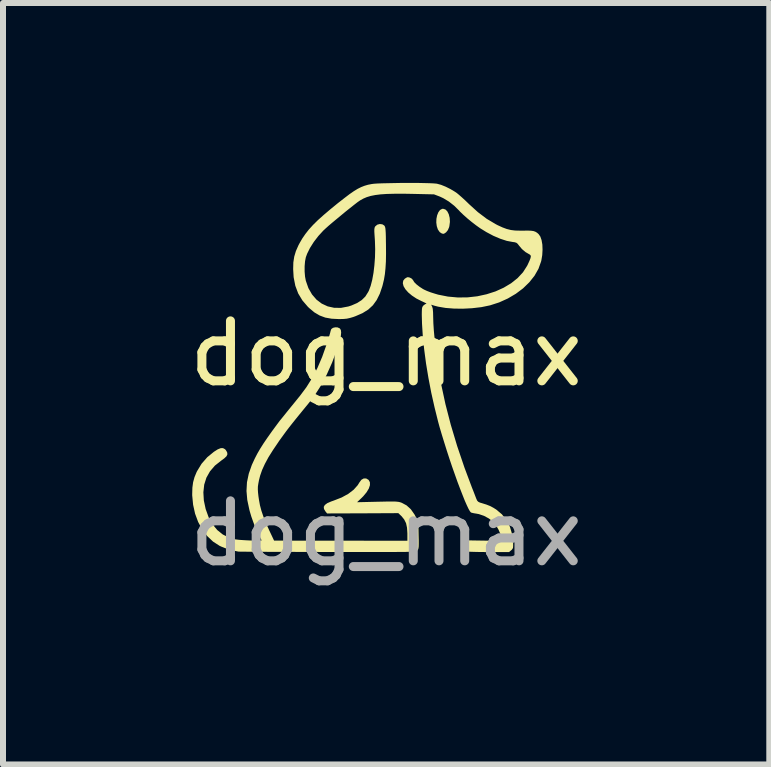
<source format=kicad_pcb>
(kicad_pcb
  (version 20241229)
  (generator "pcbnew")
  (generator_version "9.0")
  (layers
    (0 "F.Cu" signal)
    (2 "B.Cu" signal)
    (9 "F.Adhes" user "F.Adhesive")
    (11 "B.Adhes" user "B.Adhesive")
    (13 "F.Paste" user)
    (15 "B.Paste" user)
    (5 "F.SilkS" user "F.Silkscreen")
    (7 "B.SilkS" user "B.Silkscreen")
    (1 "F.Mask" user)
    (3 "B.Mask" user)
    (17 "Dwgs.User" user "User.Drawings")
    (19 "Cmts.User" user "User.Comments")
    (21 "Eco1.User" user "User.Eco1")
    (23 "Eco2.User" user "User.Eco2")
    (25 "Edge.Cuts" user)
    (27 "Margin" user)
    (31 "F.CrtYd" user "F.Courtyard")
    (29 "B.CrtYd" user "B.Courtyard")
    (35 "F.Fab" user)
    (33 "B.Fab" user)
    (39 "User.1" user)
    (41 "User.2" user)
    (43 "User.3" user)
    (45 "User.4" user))
  (footprint "dog_max"
    (layer "F.Cu")
    (at 3.387 3.344)
    (property "Reference" "dog_max" (at 0 -0.5 0) (unlocked yes) (layer "F.SilkS") (effects (font (size 1 1) (thickness 0.15))))
    (fp_poly (pts (xy 0.988 -2.902) (xy 1.02 -2.87) (xy 1.044 -2.822) (xy 1.059 -2.762) (xy 1.063 -2.695) (xy 1.054 -2.625) (xy 1.049 -2.605) (xy 1.029 -2.558) (xy 0.999 -2.521) (xy 0.966 -2.499) (xy 0.949 -2.496) (xy 0.922 -2.505) (xy 0.893 -2.525) (xy 0.892 -2.526) (xy 0.862 -2.569) (xy 0.844 -2.624) (xy 0.836 -2.684) (xy 0.838 -2.746) (xy 0.85 -2.805) (xy 0.87 -2.855) (xy 0.898 -2.893) (xy 0.933 -2.912) (xy 0.949 -2.914)) (stroke (width 0) (type solid)) (fill yes) (layer "F.SilkS"))
    (fp_poly (pts (xy -0.809 -0.936) (xy -0.774 -0.92) (xy -0.77 -0.917) (xy -0.755 -0.892) (xy -0.75 -0.852) (xy -0.755 -0.796) (xy -0.772 -0.723) (xy -0.8 -0.629) (xy -0.817 -0.576) (xy -0.9 -0.352) (xy -0.99 -0.15) (xy -1.086 0.032) (xy -1.192 0.197) (xy -1.288 0.323) (xy -1.378 0.433) (xy -1.454 0.526) (xy -1.518 0.605) (xy -1.573 0.674) (xy -1.621 0.735) (xy -1.664 0.791) (xy -1.704 0.846) (xy -1.744 0.901) (xy -1.786 0.959) (xy -1.795 0.973) (xy -1.887 1.109) (xy -1.963 1.23) (xy -2.022 1.34) (xy -2.068 1.441) (xy -2.101 1.536) (xy -2.12 1.611) (xy -2.131 1.669) (xy -2.138 1.717) (xy -2.139 1.763) (xy -2.136 1.814) (xy -2.129 1.878) (xy -2.121 1.932) (xy -2.104 2.027) (xy -2.079 2.121) (xy -2.045 2.221) (xy -2.001 2.332) (xy -1.947 2.451) (xy -1.868 2.618) (xy -0.757 2.619) (xy 0.354 2.62) (xy 0.354 2.496) (xy 0.348 2.403) (xy 0.332 2.328) (xy 0.301 2.266) (xy 0.256 2.21) (xy 0.248 2.203) (xy 0.203 2.16) (xy -0.391 2.163) (xy -0.985 2.165) (xy -1.012 2.131) (xy -1.036 2.091) (xy -1.04 2.056) (xy -1.022 2.024) (xy -0.982 1.994) (xy -0.918 1.966) (xy -0.87 1.949) (xy -0.742 1.899) (xy -0.632 1.839) (xy -0.542 1.77) (xy -0.474 1.694) (xy -0.445 1.647) (xy -0.413 1.604) (xy -0.374 1.582) (xy -0.333 1.582) (xy -0.294 1.605) (xy -0.292 1.607) (xy -0.271 1.644) (xy -0.27 1.693) (xy -0.289 1.75) (xy -0.327 1.813) (xy -0.382 1.879) (xy -0.412 1.909) (xy -0.485 1.978) (xy -0.147 1.97) (xy -0.045 1.968) (xy 0.035 1.966) (xy 0.097 1.966) (xy 0.143 1.966) (xy 0.179 1.969) (xy 0.206 1.972) (xy 0.229 1.977) (xy 0.251 1.984) (xy 0.263 1.989) (xy 0.341 2.031) (xy 0.412 2.096) (xy 0.473 2.183) (xy 0.493 2.221) (xy 0.537 2.309) (xy 0.541 2.533) (xy 0.543 2.614) (xy 0.543 2.673) (xy 0.542 2.715) (xy 0.539 2.743) (xy 0.534 2.761) (xy 0.527 2.774) (xy 0.519 2.783) (xy 0.515 2.787) (xy 0.51 2.791) (xy 0.502 2.794) (xy 0.491 2.797) (xy 0.475 2.799) (xy 0.452 2.801) (xy 0.421 2.803) (xy 0.381 2.804) (xy 0.331 2.806) (xy 0.268 2.807) (xy 0.192 2.807) (xy 0.101 2.808) (xy -0.006 2.808) (xy -0.131 2.808) (xy -0.275 2.808) (xy -0.439 2.808) (xy -0.624 2.808) (xy -0.833 2.808) (xy -0.966 2.808) (xy -1.157 2.807) (xy -1.341 2.807) (xy -1.517 2.806) (xy -1.683 2.806) (xy -1.838 2.805) (xy -1.979 2.805) (xy -2.106 2.804) (xy -2.216 2.804) (xy -2.308 2.803) (xy -2.38 2.802) (xy -2.431 2.802) (xy -2.459 2.801) (xy -2.464 2.801) (xy -2.527 2.788) (xy -2.601 2.769) (xy -2.676 2.746) (xy -2.741 2.721) (xy -2.776 2.705) (xy -2.886 2.634) (xy -2.983 2.542) (xy -3.066 2.432) (xy -3.134 2.307) (xy -3.185 2.169) (xy -3.218 2.02) (xy -3.233 1.863) (xy -3.233 1.841) (xy -3.23 1.735) (xy -3.218 1.645) (xy -3.195 1.561) (xy -3.159 1.474) (xy -3.15 1.457) (xy -3.077 1.337) (xy -2.982 1.228) (xy -2.871 1.137) (xy -2.808 1.097) (xy -2.759 1.077) (xy -2.72 1.076) (xy -2.688 1.093) (xy -2.673 1.108) (xy -2.651 1.145) (xy -2.646 1.178) (xy -2.661 1.211) (xy -2.697 1.246) (xy -2.749 1.284) (xy -2.854 1.367) (xy -2.936 1.462) (xy -2.996 1.568) (xy -3.033 1.685) (xy -3.047 1.813) (xy -3.039 1.949) (xy -3.008 2.095) (xy -3.007 2.096) (xy -2.958 2.232) (xy -2.894 2.347) (xy -2.815 2.442) (xy -2.723 2.516) (xy -2.616 2.569) (xy -2.533 2.594) (xy -2.499 2.599) (xy -2.45 2.605) (xy -2.391 2.609) (xy -2.325 2.613) (xy -2.259 2.616) (xy -2.197 2.618) (xy -2.143 2.619) (xy -2.102 2.618) (xy -2.08 2.616) (xy -2.077 2.614) (xy -2.083 2.599) (xy -2.098 2.57) (xy -2.109 2.551) (xy -2.142 2.488) (xy -2.178 2.406) (xy -2.213 2.314) (xy -2.247 2.218) (xy -2.275 2.124) (xy -2.281 2.1) (xy -2.315 1.94) (xy -2.328 1.79) (xy -2.32 1.645) (xy -2.29 1.502) (xy -2.239 1.356) (xy -2.189 1.248) (xy -2.147 1.167) (xy -2.1 1.086) (xy -2.045 0.999) (xy -1.981 0.905) (xy -1.906 0.799) (xy -1.817 0.678) (xy -1.793 0.646) (xy -1.776 0.623) (xy -1.744 0.584) (xy -1.701 0.531) (xy -1.649 0.466) (xy -1.589 0.392) (xy -1.524 0.312) (xy -1.456 0.228) (xy -1.44 0.209) (xy -1.331 0.063) (xy -1.233 -0.093) (xy -1.145 -0.261) (xy -1.066 -0.446) (xy -0.993 -0.652) (xy -0.981 -0.689) (xy -0.961 -0.753) (xy -0.944 -0.808) (xy -0.932 -0.851) (xy -0.926 -0.876) (xy -0.925 -0.88) (xy -0.914 -0.909) (xy -0.886 -0.929) (xy -0.848 -0.938)) (stroke (width 0) (type solid)) (fill yes) (layer "F.SilkS"))
    (fp_poly (pts (xy 0.446 -3.344) (xy 0.549 -3.344) (xy 0.643 -3.342) (xy 0.725 -3.34) (xy 0.79 -3.337) (xy 0.836 -3.333) (xy 0.849 -3.331) (xy 0.915 -3.313) (xy 0.992 -3.282) (xy 1.072 -3.242) (xy 1.146 -3.198) (xy 1.177 -3.177) (xy 1.212 -3.148) (xy 1.259 -3.107) (xy 1.313 -3.058) (xy 1.368 -3.005) (xy 1.381 -2.992) (xy 1.53 -2.857) (xy 1.677 -2.746) (xy 1.825 -2.658) (xy 1.857 -2.641) (xy 1.94 -2.603) (xy 2.01 -2.577) (xy 2.078 -2.56) (xy 2.15 -2.551) (xy 2.236 -2.549) (xy 2.286 -2.549) (xy 2.361 -2.55) (xy 2.416 -2.548) (xy 2.457 -2.542) (xy 2.488 -2.531) (xy 2.516 -2.514) (xy 2.541 -2.492) (xy 2.57 -2.451) (xy 2.591 -2.391) (xy 2.604 -2.316) (xy 2.607 -2.231) (xy 2.602 -2.141) (xy 2.587 -2.052) (xy 2.582 -2.033) (xy 2.539 -1.913) (xy 2.473 -1.797) (xy 2.386 -1.688) (xy 2.282 -1.587) (xy 2.162 -1.497) (xy 2.028 -1.418) (xy 1.884 -1.353) (xy 1.732 -1.304) (xy 1.587 -1.274) (xy 1.432 -1.256) (xy 1.278 -1.248) (xy 1.129 -1.25) (xy 0.99 -1.261) (xy 0.867 -1.282) (xy 0.808 -1.297) (xy 0.75 -1.315) (xy 0.767 -1.282) (xy 0.777 -1.247) (xy 0.782 -1.188) (xy 0.784 -1.108) (xy 0.787 -1.006) (xy 0.795 -0.883) (xy 0.808 -0.745) (xy 0.824 -0.595) (xy 0.844 -0.438) (xy 0.868 -0.278) (xy 0.894 -0.119) (xy 0.917 0.011) (xy 0.988 0.341) (xy 1.077 0.685) (xy 1.183 1.039) (xy 1.306 1.402) (xy 1.43 1.733) (xy 1.454 1.793) (xy 1.476 1.85) (xy 1.494 1.897) (xy 1.503 1.92) (xy 1.517 1.951) (xy 1.535 1.97) (xy 1.563 1.984) (xy 1.594 1.993) (xy 1.671 2.017) (xy 1.732 2.041) (xy 1.787 2.07) (xy 1.835 2.1) (xy 1.93 2.18) (xy 2.006 2.276) (xy 2.063 2.387) (xy 2.1 2.512) (xy 2.116 2.649) (xy 2.117 2.658) (xy 2.117 2.706) (xy 2.115 2.737) (xy 2.106 2.756) (xy 2.091 2.774) (xy 2.084 2.779) (xy 2.049 2.809) (xy 1.698 2.809) (xy 1.605 2.808) (xy 1.52 2.807) (xy 1.445 2.805) (xy 1.384 2.803) (xy 1.342 2.8) (xy 1.321 2.797) (xy 1.32 2.797) (xy 1.286 2.771) (xy 1.269 2.732) (xy 1.268 2.688) (xy 1.288 2.646) (xy 1.29 2.643) (xy 1.314 2.613) (xy 1.621 2.618) (xy 1.928 2.622) (xy 1.921 2.57) (xy 1.904 2.507) (xy 1.874 2.437) (xy 1.834 2.369) (xy 1.791 2.313) (xy 1.784 2.306) (xy 1.714 2.25) (xy 1.631 2.205) (xy 1.546 2.176) (xy 1.509 2.169) (xy 1.465 2.162) (xy 1.429 2.154) (xy 1.414 2.149) (xy 1.397 2.13) (xy 1.374 2.09) (xy 1.345 2.029) (xy 1.311 1.952) (xy 1.274 1.859) (xy 1.233 1.754) (xy 1.189 1.638) (xy 1.145 1.514) (xy 1.099 1.384) (xy 1.054 1.25) (xy 1.01 1.115) (xy 0.968 0.981) (xy 0.928 0.851) (xy 0.891 0.726) (xy 0.867 0.638) (xy 0.807 0.397) (xy 0.752 0.152) (xy 0.705 -0.093) (xy 0.665 -0.335) (xy 0.634 -0.569) (xy 0.611 -0.791) (xy 0.598 -0.997) (xy 0.594 -1.148) (xy 0.595 -1.207) (xy 0.597 -1.247) (xy 0.602 -1.272) (xy 0.611 -1.289) (xy 0.624 -1.304) (xy 0.65 -1.323) (xy 0.671 -1.331) (xy 0.669 -1.336) (xy 0.647 -1.348) (xy 0.611 -1.365) (xy 0.591 -1.374) (xy 0.504 -1.418) (xy 0.43 -1.467) (xy 0.368 -1.519) (xy 0.321 -1.572) (xy 0.29 -1.624) (xy 0.278 -1.673) (xy 0.285 -1.716) (xy 0.311 -1.748) (xy 0.339 -1.766) (xy 0.36 -1.774) (xy 0.361 -1.774) (xy 0.394 -1.767) (xy 0.427 -1.749) (xy 0.447 -1.726) (xy 0.449 -1.723) (xy 0.468 -1.691) (xy 0.506 -1.653) (xy 0.556 -1.614) (xy 0.613 -1.577) (xy 0.633 -1.566) (xy 0.681 -1.544) (xy 0.744 -1.52) (xy 0.814 -1.498) (xy 0.868 -1.482) (xy 1.03 -1.45) (xy 1.195 -1.435) (xy 1.359 -1.437) (xy 1.52 -1.455) (xy 1.675 -1.489) (xy 1.822 -1.536) (xy 1.959 -1.598) (xy 2.083 -1.672) (xy 2.191 -1.758) (xy 2.281 -1.855) (xy 2.35 -1.963) (xy 2.36 -1.983) (xy 2.389 -2.046) (xy 2.406 -2.09) (xy 2.412 -2.12) (xy 2.407 -2.139) (xy 2.392 -2.152) (xy 2.383 -2.157) (xy 2.323 -2.192) (xy 2.264 -2.242) (xy 2.216 -2.299) (xy 2.192 -2.33) (xy 2.171 -2.347) (xy 2.142 -2.356) (xy 2.105 -2.361) (xy 2.01 -2.379) (xy 1.903 -2.414) (xy 1.788 -2.463) (xy 1.671 -2.525) (xy 1.569 -2.588) (xy 1.5 -2.637) (xy 1.426 -2.694) (xy 1.352 -2.755) (xy 1.285 -2.815) (xy 1.231 -2.867) (xy 1.214 -2.886) (xy 1.135 -2.964) (xy 1.046 -3.034) (xy 0.953 -3.09) (xy 0.895 -3.117) (xy 0.798 -3.154) (xy 0.44 -3.162) (xy 0.275 -3.165) (xy 0.134 -3.164) (xy 0.012 -3.161) (xy -0.092 -3.154) (xy -0.18 -3.143) (xy -0.256 -3.128) (xy -0.323 -3.108) (xy -0.381 -3.083) (xy -0.435 -3.053) (xy -0.478 -3.023) (xy -0.536 -2.978) (xy -0.604 -2.924) (xy -0.678 -2.865) (xy -0.754 -2.802) (xy -0.829 -2.74) (xy -0.9 -2.681) (xy -0.961 -2.629) (xy -1.01 -2.585) (xy -1.043 -2.554) (xy -1.045 -2.553) (xy -1.13 -2.46) (xy -1.206 -2.361) (xy -1.27 -2.26) (xy -1.317 -2.165) (xy -1.339 -2.105) (xy -1.352 -2.038) (xy -1.359 -1.956) (xy -1.359 -1.867) (xy -1.352 -1.783) (xy -1.339 -1.714) (xy -1.296 -1.591) (xy -1.236 -1.486) (xy -1.161 -1.399) (xy -1.074 -1.333) (xy -0.975 -1.287) (xy -0.867 -1.263) (xy -0.752 -1.262) (xy -0.63 -1.285) (xy -0.58 -1.301) (xy -0.483 -1.343) (xy -0.407 -1.392) (xy -0.347 -1.451) (xy -0.3 -1.526) (xy -0.288 -1.549) (xy -0.258 -1.629) (xy -0.232 -1.729) (xy -0.211 -1.845) (xy -0.196 -1.972) (xy -0.186 -2.105) (xy -0.183 -2.241) (xy -0.187 -2.374) (xy -0.189 -2.409) (xy -0.194 -2.481) (xy -0.197 -2.532) (xy -0.197 -2.568) (xy -0.194 -2.591) (xy -0.189 -2.608) (xy -0.18 -2.622) (xy -0.179 -2.623) (xy -0.147 -2.649) (xy -0.105 -2.66) (xy -0.062 -2.654) (xy -0.032 -2.635) (xy -0.024 -2.624) (xy -0.018 -2.61) (xy -0.013 -2.589) (xy -0.01 -2.559) (xy -0.007 -2.514) (xy -0.005 -2.453) (xy -0.004 -2.372) (xy -0.003 -2.315) (xy -0.002 -2.164) (xy -0.004 -2.035) (xy -0.011 -1.923) (xy -0.021 -1.824) (xy -0.036 -1.735) (xy -0.056 -1.651) (xy -0.063 -1.624) (xy -0.106 -1.497) (xy -0.158 -1.392) (xy -0.221 -1.305) (xy -0.299 -1.233) (xy -0.394 -1.174) (xy -0.509 -1.124) (xy -0.55 -1.109) (xy -0.605 -1.093) (xy -0.655 -1.082) (xy -0.709 -1.077) (xy -0.778 -1.075) (xy -0.785 -1.075) (xy -0.908 -1.081) (xy -1.015 -1.1) (xy -1.109 -1.135) (xy -1.197 -1.187) (xy -1.283 -1.259) (xy -1.305 -1.28) (xy -1.396 -1.386) (xy -1.466 -1.502) (xy -1.514 -1.63) (xy -1.542 -1.772) (xy -1.55 -1.907) (xy -1.547 -2.02) (xy -1.532 -2.117) (xy -1.504 -2.21) (xy -1.461 -2.307) (xy -1.441 -2.344) (xy -1.397 -2.42) (xy -1.346 -2.494) (xy -1.288 -2.568) (xy -1.219 -2.644) (xy -1.138 -2.724) (xy -1.042 -2.81) (xy -0.929 -2.906) (xy -0.798 -3.013) (xy -0.795 -3.015) (xy -0.695 -3.093) (xy -0.611 -3.157) (xy -0.539 -3.207) (xy -0.475 -3.246) (xy -0.417 -3.275) (xy -0.361 -3.297) (xy -0.303 -3.314) (xy -0.242 -3.326) (xy -0.204 -3.331) (xy -0.145 -3.335) (xy -0.068 -3.338) (xy 0.022 -3.34) (xy 0.122 -3.342) (xy 0.229 -3.344) (xy 0.338 -3.344)) (stroke (width 0) (type solid)) (fill yes) (layer "F.SilkS"))
    (fp_text user "${REFERENCE}" (at 0 2.5 0) (unlocked yes) (layer "F.Fab") (effects (font (size 1 1) (thickness 0.15)))))
  (gr_rect
    (start -3 -3)
    (end 9.774 9.693)
    (stroke (width 0.1) (type default))
    (fill no)
    (layer "Edge.Cuts")))
</source>
